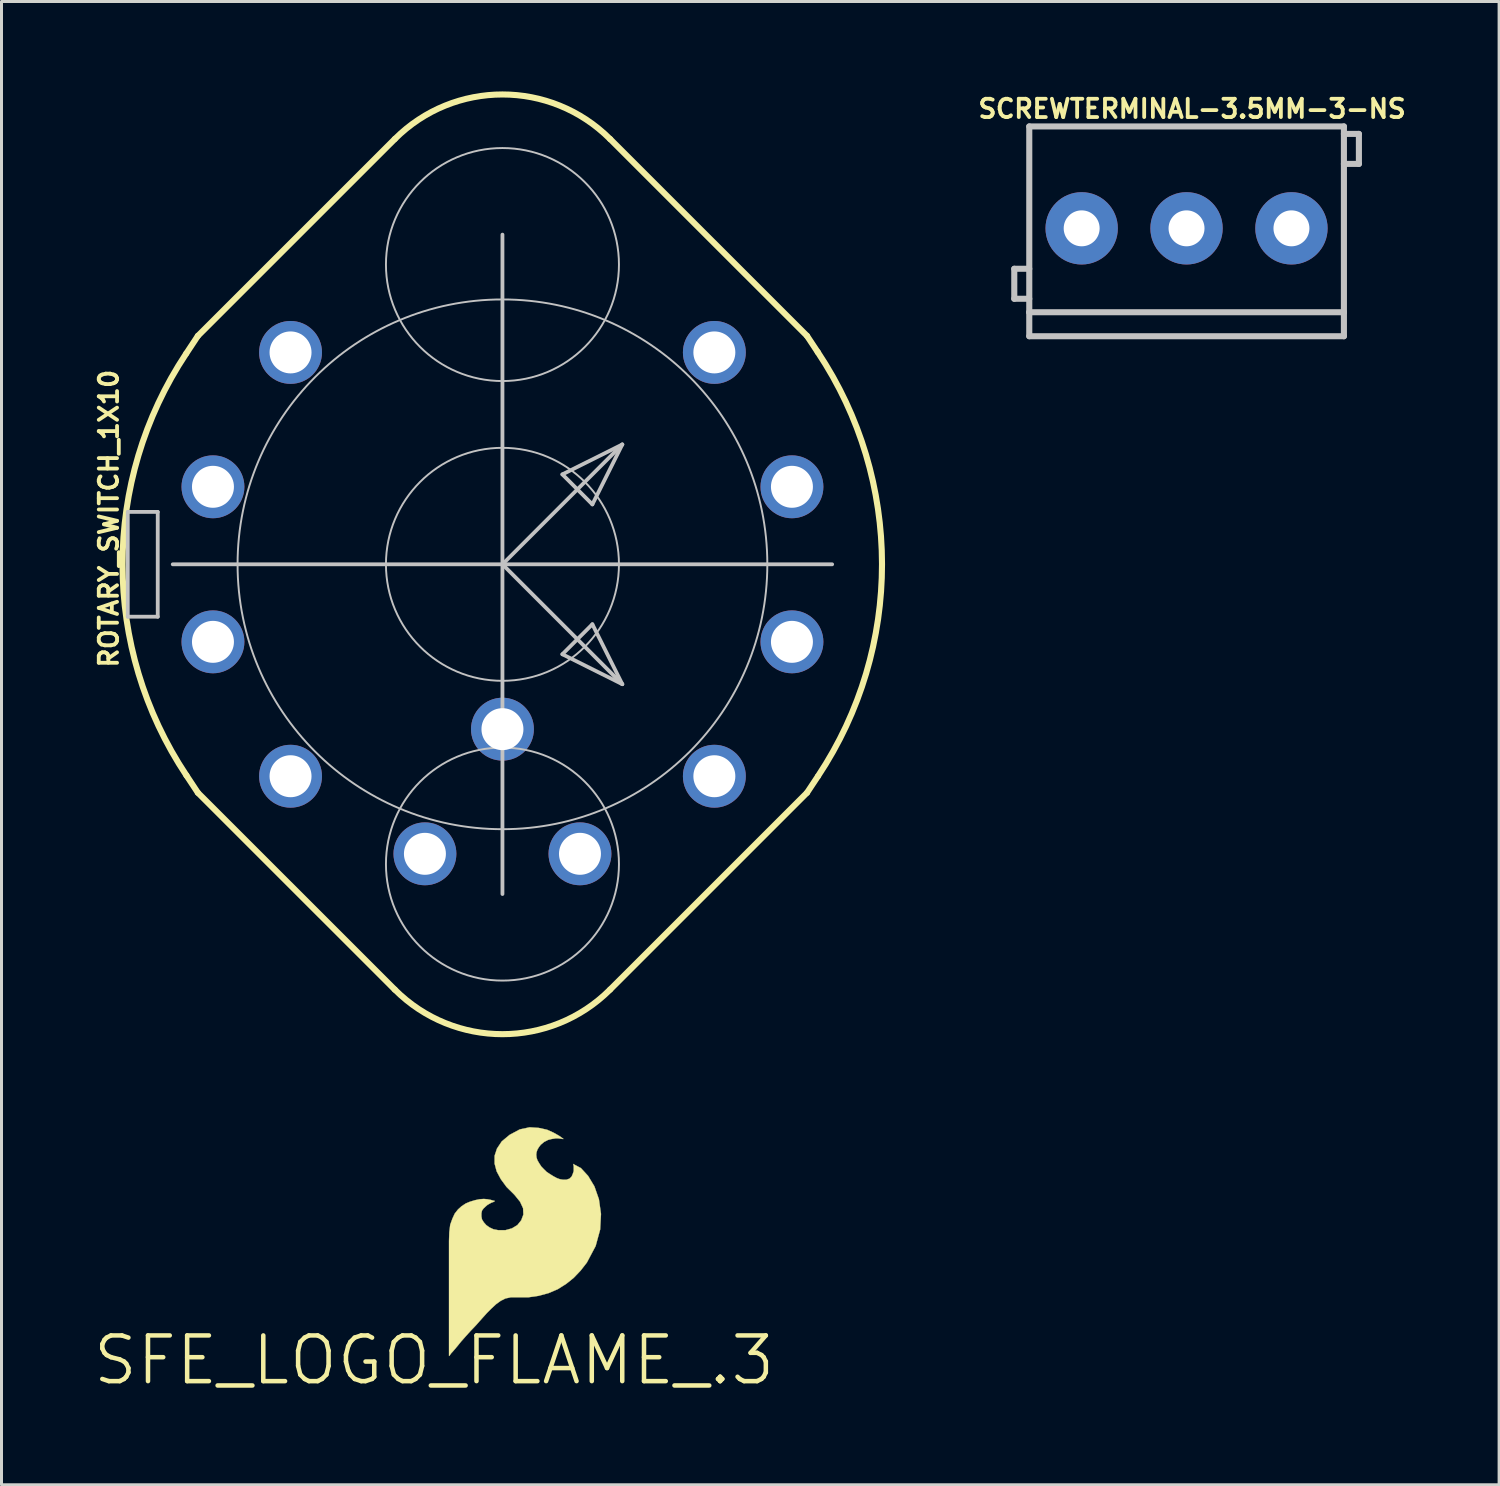
<source format=kicad_pcb>
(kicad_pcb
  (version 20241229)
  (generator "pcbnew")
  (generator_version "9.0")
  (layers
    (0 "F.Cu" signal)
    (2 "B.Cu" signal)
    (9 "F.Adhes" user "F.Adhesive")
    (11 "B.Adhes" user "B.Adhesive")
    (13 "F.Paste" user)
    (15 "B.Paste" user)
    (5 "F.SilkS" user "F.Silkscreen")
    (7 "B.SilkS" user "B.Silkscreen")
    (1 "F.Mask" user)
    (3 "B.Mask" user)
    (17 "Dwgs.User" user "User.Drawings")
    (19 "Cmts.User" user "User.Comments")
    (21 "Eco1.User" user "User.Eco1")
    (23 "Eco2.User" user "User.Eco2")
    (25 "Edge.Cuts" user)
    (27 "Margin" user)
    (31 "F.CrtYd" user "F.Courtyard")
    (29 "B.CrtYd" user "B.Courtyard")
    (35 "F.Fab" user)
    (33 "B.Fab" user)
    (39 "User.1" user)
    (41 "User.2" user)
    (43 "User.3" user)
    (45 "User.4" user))
  (footprint "ROTARY_SWITCH_1X10"
    (layer "F.Cu")
    (at 13.711 15.775)
    (property "Reference" "ROTARY_SWITCH_1X10" (at -13.132 -1.524 90) (layer "F.SilkS") (effects (font (size 0.61 0.61) (thickness 0.127))))
    (attr exclude_from_pos_files exclude_from_bom)
    (fp_line (start -10.541 7.043) (end -10.16 7.62) (stroke (width 0.203) (type solid)) (layer "F.SilkS"))
    (fp_line (start -10.16 -7.62) (end -10.541 -7.043) (stroke (width 0.203) (type solid)) (layer "F.SilkS"))
    (fp_line (start -10.16 -7.62) (end -3.592 -14.186) (stroke (width 0.203) (type solid)) (layer "F.SilkS"))
    (fp_line (start -3.592 14.186) (end -10.16 7.62) (stroke (width 0.203) (type solid)) (layer "F.SilkS"))
    (fp_line (start 3.592 -14.186) (end 10.16 -7.62) (stroke (width 0.203) (type solid)) (layer "F.SilkS"))
    (fp_line (start 10.16 -7.62) (end 10.518 -7.079) (stroke (width 0.203) (type solid)) (layer "F.SilkS"))
    (fp_line (start 10.16 7.62) (end 3.592 14.186) (stroke (width 0.203) (type solid)) (layer "F.SilkS"))
    (fp_line (start 10.518 7.079) (end 10.16 7.62) (stroke (width 0.203) (type solid)) (layer "F.SilkS"))
    (fp_arc (start -10.541 7.04342) (mid -12.673786 0.009583) (end -10.551621 -7.027465) (stroke (width 0.2032) (type solid)) (layer "F.SilkS"))
    (fp_arc (start -3.59156 -14.1859) (mid 0 -15.673573) (end 3.59156 -14.1859) (stroke (width 0.2032) (type solid)) (layer "F.SilkS"))
    (fp_arc (start 3.59156 14.1859) (mid 0 15.673573) (end -3.59156 14.1859) (stroke (width 0.2032) (type solid)) (layer "F.SilkS"))
    (fp_arc (start 10.51814 -7.07898) (mid 12.661692 -0.009628) (end 10.52881 7.06295) (stroke (width 0.2032) (type solid)) (layer "F.SilkS"))
    (fp_line (start -12.499 -1.748) (end -11.499 -1.748) (stroke (width 0.127) (type solid)) (layer "Dwgs.User"))
    (fp_line (start -12.499 1.748) (end -12.499 -1.748) (stroke (width 0.127) (type solid)) (layer "Dwgs.User"))
    (fp_line (start -11.499 -1.748) (end -11.499 1.748) (stroke (width 0.127) (type solid)) (layer "Dwgs.User"))
    (fp_line (start -11.499 1.748) (end -12.499 1.748) (stroke (width 0.127) (type solid)) (layer "Dwgs.User"))
    (fp_line (start -10.998 0) (end 0 0) (stroke (width 0.127) (type solid)) (layer "Dwgs.User"))
    (fp_line (start 0 -10.998) (end 0 0) (stroke (width 0.127) (type solid)) (layer "Dwgs.User"))
    (fp_line (start 0 0) (end 0 10.998) (stroke (width 0.127) (type solid)) (layer "Dwgs.User"))
    (fp_line (start 0 0) (end 3.998 -3.998) (stroke (width 0.127) (type solid)) (layer "Dwgs.User"))
    (fp_line (start 0 0) (end 3.998 3.998) (stroke (width 0.127) (type solid)) (layer "Dwgs.User"))
    (fp_line (start 0 0) (end 10.998 0) (stroke (width 0.127) (type solid)) (layer "Dwgs.User"))
    (fp_line (start 1.999 -3) (end 3 -1.999) (stroke (width 0.127) (type solid)) (layer "Dwgs.User"))
    (fp_line (start 1.999 3) (end 3.998 3.998) (stroke (width 0.127) (type solid)) (layer "Dwgs.User"))
    (fp_line (start 3 -1.999) (end 3.998 -3.998) (stroke (width 0.127) (type solid)) (layer "Dwgs.User"))
    (fp_line (start 3 1.999) (end 1.999 3) (stroke (width 0.127) (type solid)) (layer "Dwgs.User"))
    (fp_line (start 3.998 -3.998) (end 1.999 -3) (stroke (width 0.127) (type solid)) (layer "Dwgs.User"))
    (fp_line (start 3.998 3.998) (end 3 1.999) (stroke (width 0.127) (type solid)) (layer "Dwgs.User"))
    (fp_circle (center 0 -10) (end -2.748 -12.748) (stroke (width 0.064) (type solid)) (fill no) (layer "Dwgs.User"))
    (fp_circle (center 0 0) (end -6.248 6.248) (stroke (width 0.064) (type solid)) (fill no) (layer "Dwgs.User"))
    (fp_circle (center 0 0) (end -2.748 2.748) (stroke (width 0.064) (type solid)) (fill no) (layer "Dwgs.User"))
    (fp_circle (center 0 10) (end -2.748 12.748) (stroke (width 0.064) (type solid)) (fill no) (layer "Dwgs.User"))
    (pad "1" thru_hole circle (at 7.069 -7.069) (size 2.098 2.098) (drill 1.4) (layers "*.Cu" "*.Paste" "*.Mask"))
    (pad "2" thru_hole circle (at 9.657 -2.586) (size 2.098 2.098) (drill 1.4) (layers "*.Cu" "*.Paste" "*.Mask"))
    (pad "3" thru_hole circle (at 9.657 2.586) (size 2.098 2.098) (drill 1.4) (layers "*.Cu" "*.Paste" "*.Mask"))
    (pad "4" thru_hole circle (at 7.069 7.069) (size 2.098 2.098) (drill 1.4) (layers "*.Cu" "*.Paste" "*.Mask"))
    (pad "5" thru_hole circle (at 2.586 9.657) (size 2.098 2.098) (drill 1.4) (layers "*.Cu" "*.Paste" "*.Mask"))
    (pad "6" thru_hole circle (at -2.586 9.657) (size 2.098 2.098) (drill 1.4) (layers "*.Cu" "*.Paste" "*.Mask"))
    (pad "7" thru_hole circle (at -7.069 7.069) (size 2.098 2.098) (drill 1.4) (layers "*.Cu" "*.Paste" "*.Mask"))
    (pad "8" thru_hole circle (at -9.657 2.586) (size 2.098 2.098) (drill 1.4) (layers "*.Cu" "*.Paste" "*.Mask"))
    (pad "9" thru_hole circle (at -9.657 -2.586) (size 2.098 2.098) (drill 1.4) (layers "*.Cu" "*.Paste" "*.Mask"))
    (pad "10" thru_hole circle (at -7.069 -7.069) (size 2.098 2.098) (drill 1.4) (layers "*.Cu" "*.Paste" "*.Mask"))
    (pad "COMM" thru_hole circle (at 0 5.499) (size 2.098 2.098) (drill 1.4) (layers "*.Cu" "*.Paste" "*.Mask")))
  (footprint "SFE_LOGO_FLAME_.3"
    (layer "F.Cu")
    (at 11.43 42.325)
    (property "Reference" "SFE_LOGO_FLAME_.3" (at 0 0 0) (layer "F.SilkS") (effects (font (size 1.524 1.524) (thickness 0.15))))
    (attr exclude_from_pos_files exclude_from_bom)
    (fp_poly (pts (xy 4.648 -6.538) (xy 4.648 -6.518) (xy 4.658 -6.469) (xy 4.658 -6.309) (xy 4.628 -6.218) (xy 4.59 -6.129) (xy 4.519 -6.058) (xy 4.409 -6.02) (xy 4.308 -6.02) (xy 4.199 -6.038) (xy 4.089 -6.078) (xy 3.978 -6.139) (xy 3.868 -6.208) (xy 3.759 -6.279) (xy 3.668 -6.368) (xy 3.579 -6.459) (xy 3.508 -6.568) (xy 3.449 -6.668) (xy 3.419 -6.759) (xy 3.409 -6.858) (xy 3.419 -6.939) (xy 3.449 -7.028) (xy 3.498 -7.109) (xy 3.559 -7.188) (xy 3.668 -7.28) (xy 3.8 -7.348) (xy 3.919 -7.379) (xy 4.049 -7.399) (xy 4.148 -7.399) (xy 4.239 -7.389) (xy 4.298 -7.379) (xy 4.318 -7.379) (xy 4.28 -7.409) (xy 4.168 -7.488) (xy 3.988 -7.59) (xy 3.769 -7.689) (xy 3.49 -7.75) (xy 3.188 -7.77) (xy 2.857 -7.699) (xy 2.52 -7.518) (xy 2.258 -7.3) (xy 2.098 -7.059) (xy 2.019 -6.82) (xy 2.019 -6.558) (xy 2.088 -6.299) (xy 2.228 -6.038) (xy 2.418 -5.779) (xy 2.68 -5.519) (xy 2.868 -5.288) (xy 2.969 -5.07) (xy 2.979 -4.859) (xy 2.908 -4.669) (xy 2.779 -4.508) (xy 2.598 -4.399) (xy 2.38 -4.338) (xy 2.139 -4.338) (xy 1.979 -4.369) (xy 1.849 -4.43) (xy 1.74 -4.508) (xy 1.659 -4.6) (xy 1.598 -4.699) (xy 1.58 -4.798) (xy 1.58 -4.9) (xy 1.598 -4.989) (xy 1.648 -5.06) (xy 1.709 -5.118) (xy 1.778 -5.179) (xy 1.849 -5.22) (xy 1.918 -5.258) (xy 1.979 -5.278) (xy 2.009 -5.298) (xy 2.029 -5.309) (xy 2.009 -5.319) (xy 1.958 -5.329) (xy 1.89 -5.349) (xy 1.778 -5.37) (xy 1.659 -5.38) (xy 1.519 -5.37) (xy 1.369 -5.339) (xy 1.199 -5.288) (xy 1.059 -5.23) (xy 0.919 -5.138) (xy 0.798 -5.029) (xy 0.688 -4.889) (xy 0.61 -4.719) (xy 0.538 -4.519) (xy 0.508 -4.27) (xy 0.498 -3.978) (xy 0.498 -0.14) (xy 0.518 -0.157) (xy 0.569 -0.229) (xy 0.658 -0.328) (xy 0.77 -0.46) (xy 0.899 -0.62) (xy 1.049 -0.79) (xy 1.219 -0.978) (xy 1.4 -1.168) (xy 1.587 -1.379) (xy 1.758 -1.57) (xy 1.918 -1.73) (xy 2.068 -1.869) (xy 2.22 -1.979) (xy 2.38 -2.06) (xy 2.558 -2.098) (xy 3.139 -2.098) (xy 3.49 -2.149) (xy 3.818 -2.238) (xy 4.128 -2.37) (xy 4.409 -2.548) (xy 4.658 -2.748) (xy 4.889 -2.99) (xy 5.098 -3.259) (xy 5.39 -3.81) (xy 5.54 -4.359) (xy 5.568 -4.879) (xy 5.499 -5.37) (xy 5.349 -5.799) (xy 5.138 -6.149) (xy 4.9 -6.408) (xy 4.638 -6.548)) (stroke (width 0.01) (type solid)) (fill yes) (layer "F.SilkS")))
  (footprint "SCREWTERMINAL-3.5MM-3-NS"
    (layer "F.Cu")
    (at 33.033 4.567)
    (property "Reference" "SCREWTERMINAL-3.5MM-3-NS" (at 3.683 -3.988 0) (layer "F.SilkS") (effects (font (size 0.61 0.61) (thickness 0.127))))
    (attr exclude_from_pos_files exclude_from_bom)
    (fp_line (start -2.248 1.349) (end -2.248 2.349) (stroke (width 0.203) (type solid)) (layer "Dwgs.User"))
    (fp_line (start -2.248 2.349) (end -1.748 2.349) (stroke (width 0.203) (type solid)) (layer "Dwgs.User"))
    (fp_line (start -1.748 -3.399) (end 8.748 -3.399) (stroke (width 0.203) (type solid)) (layer "Dwgs.User"))
    (fp_line (start -1.748 1.349) (end -2.248 1.349) (stroke (width 0.203) (type solid)) (layer "Dwgs.User"))
    (fp_line (start -1.748 2.799) (end -1.748 -3.399) (stroke (width 0.203) (type solid)) (layer "Dwgs.User"))
    (fp_line (start -1.748 3.599) (end -1.748 2.799) (stroke (width 0.203) (type solid)) (layer "Dwgs.User"))
    (fp_line (start 8.748 -3.399) (end 8.748 2.799) (stroke (width 0.203) (type solid)) (layer "Dwgs.User"))
    (fp_line (start 8.748 -3.15) (end 9.248 -3.15) (stroke (width 0.203) (type solid)) (layer "Dwgs.User"))
    (fp_line (start 8.748 2.799) (end -1.748 2.799) (stroke (width 0.203) (type solid)) (layer "Dwgs.User"))
    (fp_line (start 8.748 2.799) (end 8.748 3.599) (stroke (width 0.203) (type solid)) (layer "Dwgs.User"))
    (fp_line (start 8.748 3.599) (end -1.748 3.599) (stroke (width 0.203) (type solid)) (layer "Dwgs.User"))
    (fp_line (start 9.248 -3.15) (end 9.248 -2.149) (stroke (width 0.203) (type solid)) (layer "Dwgs.User"))
    (fp_line (start 9.248 -2.149) (end 8.748 -2.149) (stroke (width 0.203) (type solid)) (layer "Dwgs.User"))
    (pad "1" thru_hole circle (at 0 0) (size 2.413 2.413) (drill 1.199) (layers "*.Cu" "*.Paste" "*.Mask"))
    (pad "2" thru_hole circle (at 3.498 0) (size 2.413 2.413) (drill 1.199) (layers "*.Cu" "*.Paste" "*.Mask"))
    (pad "3" thru_hole circle (at 6.998 0) (size 2.413 2.413) (drill 1.199) (layers "*.Cu" "*.Paste" "*.Mask")))
  (gr_rect
    (start -3 -3)
    (end 46.958 46.48)
    (stroke (width 0.1) (type default))
    (fill no)
    (layer "Edge.Cuts")))
</source>
